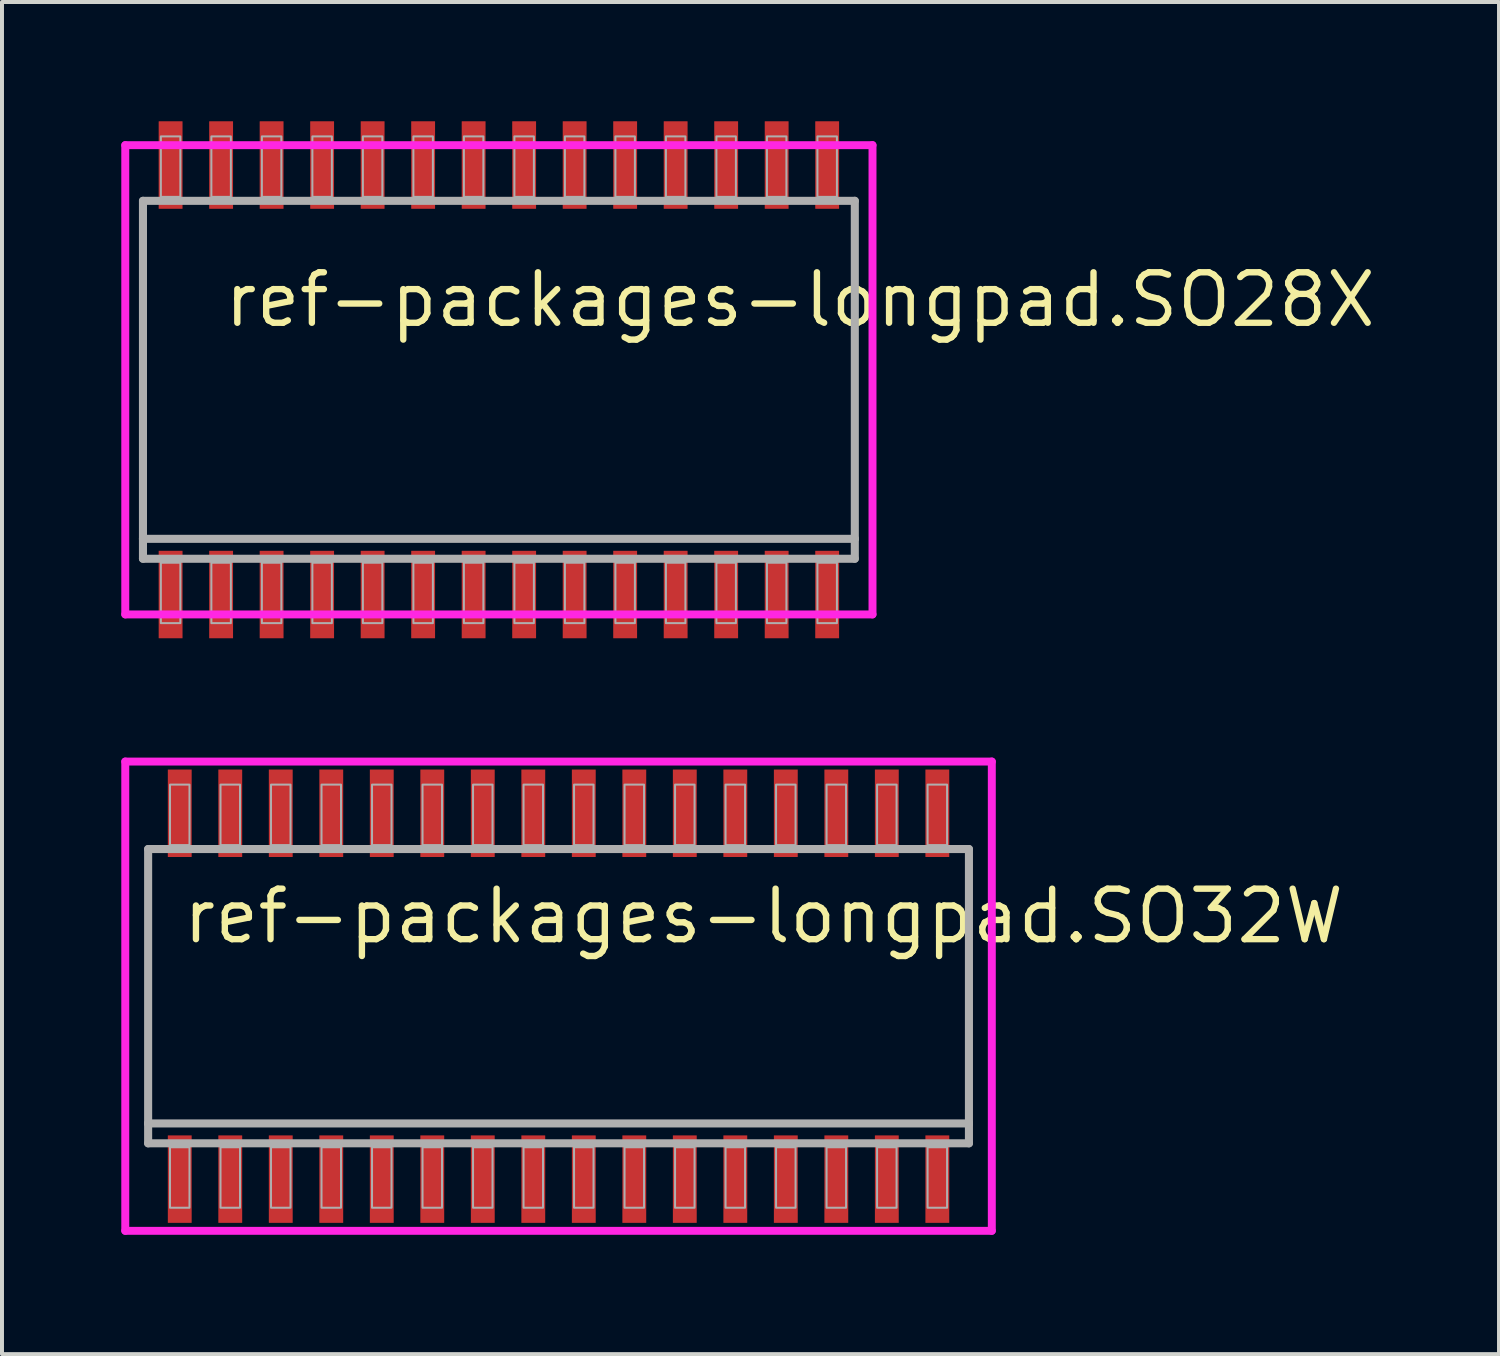
<source format=kicad_pcb>
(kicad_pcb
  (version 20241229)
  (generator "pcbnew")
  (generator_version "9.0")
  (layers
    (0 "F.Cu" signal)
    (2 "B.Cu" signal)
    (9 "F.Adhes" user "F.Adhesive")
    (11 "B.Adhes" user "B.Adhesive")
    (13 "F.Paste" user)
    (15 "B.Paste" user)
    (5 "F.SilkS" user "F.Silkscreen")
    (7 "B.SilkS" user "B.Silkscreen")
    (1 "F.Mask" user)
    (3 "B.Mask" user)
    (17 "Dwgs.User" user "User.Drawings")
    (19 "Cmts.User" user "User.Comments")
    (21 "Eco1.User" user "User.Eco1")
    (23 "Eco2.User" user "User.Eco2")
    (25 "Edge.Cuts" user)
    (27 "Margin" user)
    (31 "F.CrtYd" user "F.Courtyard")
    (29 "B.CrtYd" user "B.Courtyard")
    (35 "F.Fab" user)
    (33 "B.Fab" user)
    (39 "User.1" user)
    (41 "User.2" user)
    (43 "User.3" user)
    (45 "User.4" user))
  (footprint "ref-packages-longpad.SO28X"
    (layer "F.Cu")
    (at 9.495 6.5)
    (property "Reference" "ref-packages-longpad.SO28X" (at -6.985 -1.27 0) (layer "F.SilkS") (effects (font (size 1.27 1.27) (thickness 0.16)) (justify left bottom)))
    (attr smd)
    (fp_line (start -9.395 -5.9) (end 9.395 -5.9) (stroke (width 0.2) (type default)) (layer "F.CrtYd"))
    (fp_line (start -9.395 5.9) (end -9.395 -5.9) (stroke (width 0.2) (type default)) (layer "F.CrtYd"))
    (fp_line (start 9.395 -5.9) (end 9.395 5.9) (stroke (width 0.2) (type default)) (layer "F.CrtYd"))
    (fp_line (start 9.395 5.9) (end -9.395 5.9) (stroke (width 0.2) (type default)) (layer "F.CrtYd"))
    (fp_line (start -8.95 -4.5) (end 8.95 -4.5) (stroke (width 0.203) (type default)) (layer "F.Fab"))
    (fp_line (start -8.95 4) (end -8.95 -4.5) (stroke (width 0.203) (type default)) (layer "F.Fab"))
    (fp_line (start -8.95 4.5) (end -8.95 4) (stroke (width 0.203) (type default)) (layer "F.Fab"))
    (fp_line (start 8.95 -4.5) (end 8.95 4) (stroke (width 0.203) (type default)) (layer "F.Fab"))
    (fp_line (start 8.95 4) (end -8.95 4) (stroke (width 0.203) (type default)) (layer "F.Fab"))
    (fp_line (start 8.95 4) (end 8.95 4.5) (stroke (width 0.203) (type default)) (layer "F.Fab"))
    (fp_line (start 8.95 4.5) (end -8.95 4.5) (stroke (width 0.203) (type default)) (layer "F.Fab"))
    (fp_rect (start -8.5 -4.6) (end -8.01 -6.12) (stroke (width 0.05) (type default)) (fill no) (layer "F.Fab"))
    (fp_rect (start -8.5 6.12) (end -8.01 4.6) (stroke (width 0.05) (type default)) (fill no) (layer "F.Fab"))
    (fp_rect (start -7.23 -4.6) (end -6.74 -6.12) (stroke (width 0.05) (type default)) (fill no) (layer "F.Fab"))
    (fp_rect (start -7.23 6.12) (end -6.74 4.6) (stroke (width 0.05) (type default)) (fill no) (layer "F.Fab"))
    (fp_rect (start -5.96 -4.6) (end -5.47 -6.12) (stroke (width 0.05) (type default)) (fill no) (layer "F.Fab"))
    (fp_rect (start -5.96 6.12) (end -5.47 4.6) (stroke (width 0.05) (type default)) (fill no) (layer "F.Fab"))
    (fp_rect (start -4.69 -4.6) (end -4.2 -6.12) (stroke (width 0.05) (type default)) (fill no) (layer "F.Fab"))
    (fp_rect (start -4.69 6.12) (end -4.2 4.6) (stroke (width 0.05) (type default)) (fill no) (layer "F.Fab"))
    (fp_rect (start -3.42 -4.6) (end -2.93 -6.12) (stroke (width 0.05) (type default)) (fill no) (layer "F.Fab"))
    (fp_rect (start -3.42 6.12) (end -2.93 4.6) (stroke (width 0.05) (type default)) (fill no) (layer "F.Fab"))
    (fp_rect (start -2.15 -4.6) (end -1.66 -6.12) (stroke (width 0.05) (type default)) (fill no) (layer "F.Fab"))
    (fp_rect (start -2.15 6.12) (end -1.66 4.6) (stroke (width 0.05) (type default)) (fill no) (layer "F.Fab"))
    (fp_rect (start -0.88 -4.6) (end -0.39 -6.12) (stroke (width 0.05) (type default)) (fill no) (layer "F.Fab"))
    (fp_rect (start -0.88 6.12) (end -0.39 4.6) (stroke (width 0.05) (type default)) (fill no) (layer "F.Fab"))
    (fp_rect (start 0.39 -4.6) (end 0.88 -6.12) (stroke (width 0.05) (type default)) (fill no) (layer "F.Fab"))
    (fp_rect (start 0.39 6.12) (end 0.88 4.6) (stroke (width 0.05) (type default)) (fill no) (layer "F.Fab"))
    (fp_rect (start 1.66 -4.6) (end 2.15 -6.12) (stroke (width 0.05) (type default)) (fill no) (layer "F.Fab"))
    (fp_rect (start 1.66 6.12) (end 2.15 4.6) (stroke (width 0.05) (type default)) (fill no) (layer "F.Fab"))
    (fp_rect (start 2.93 -4.6) (end 3.42 -6.12) (stroke (width 0.05) (type default)) (fill no) (layer "F.Fab"))
    (fp_rect (start 2.93 6.12) (end 3.42 4.6) (stroke (width 0.05) (type default)) (fill no) (layer "F.Fab"))
    (fp_rect (start 4.2 -4.6) (end 4.69 -6.12) (stroke (width 0.05) (type default)) (fill no) (layer "F.Fab"))
    (fp_rect (start 4.2 6.12) (end 4.69 4.6) (stroke (width 0.05) (type default)) (fill no) (layer "F.Fab"))
    (fp_rect (start 5.47 -4.6) (end 5.96 -6.12) (stroke (width 0.05) (type default)) (fill no) (layer "F.Fab"))
    (fp_rect (start 5.47 6.12) (end 5.96 4.6) (stroke (width 0.05) (type default)) (fill no) (layer "F.Fab"))
    (fp_rect (start 6.74 -4.6) (end 7.23 -6.12) (stroke (width 0.05) (type default)) (fill no) (layer "F.Fab"))
    (fp_rect (start 6.74 6.12) (end 7.23 4.6) (stroke (width 0.05) (type default)) (fill no) (layer "F.Fab"))
    (fp_rect (start 8.01 -4.6) (end 8.5 -6.12) (stroke (width 0.05) (type default)) (fill no) (layer "F.Fab"))
    (fp_rect (start 8.01 6.12) (end 8.5 4.6) (stroke (width 0.05) (type default)) (fill no) (layer "F.Fab"))
    (pad "1" smd roundrect (at -8.255 5.4) (size 0.6 2.2) (layers "F.Cu" "F.Mask" "F.Paste") (roundrect_rratio 0.01))
    (pad "2" smd roundrect (at -6.985 5.4) (size 0.6 2.2) (layers "F.Cu" "F.Mask" "F.Paste") (roundrect_rratio 0.01))
    (pad "3" smd roundrect (at -5.715 5.4) (size 0.6 2.2) (layers "F.Cu" "F.Mask" "F.Paste") (roundrect_rratio 0.01))
    (pad "4" smd roundrect (at -4.445 5.4) (size 0.6 2.2) (layers "F.Cu" "F.Mask" "F.Paste") (roundrect_rratio 0.01))
    (pad "5" smd roundrect (at -3.175 5.4) (size 0.6 2.2) (layers "F.Cu" "F.Mask" "F.Paste") (roundrect_rratio 0.01))
    (pad "6" smd roundrect (at -1.905 5.4) (size 0.6 2.2) (layers "F.Cu" "F.Mask" "F.Paste") (roundrect_rratio 0.01))
    (pad "7" smd roundrect (at -0.635 5.4) (size 0.6 2.2) (layers "F.Cu" "F.Mask" "F.Paste") (roundrect_rratio 0.01))
    (pad "8" smd roundrect (at 0.635 5.4) (size 0.6 2.2) (layers "F.Cu" "F.Mask" "F.Paste") (roundrect_rratio 0.01))
    (pad "9" smd roundrect (at 1.905 5.4) (size 0.6 2.2) (layers "F.Cu" "F.Mask" "F.Paste") (roundrect_rratio 0.01))
    (pad "10" smd roundrect (at 3.175 5.4) (size 0.6 2.2) (layers "F.Cu" "F.Mask" "F.Paste") (roundrect_rratio 0.01))
    (pad "11" smd roundrect (at 4.445 5.4) (size 0.6 2.2) (layers "F.Cu" "F.Mask" "F.Paste") (roundrect_rratio 0.01))
    (pad "12" smd roundrect (at 5.715 5.4) (size 0.6 2.2) (layers "F.Cu" "F.Mask" "F.Paste") (roundrect_rratio 0.01))
    (pad "13" smd roundrect (at 6.985 5.4) (size 0.6 2.2) (layers "F.Cu" "F.Mask" "F.Paste") (roundrect_rratio 0.01))
    (pad "14" smd roundrect (at 8.255 5.4) (size 0.6 2.2) (layers "F.Cu" "F.Mask" "F.Paste") (roundrect_rratio 0.01))
    (pad "15" smd roundrect (at 8.255 -5.4) (size 0.6 2.2) (layers "F.Cu" "F.Mask" "F.Paste") (roundrect_rratio 0.01))
    (pad "16" smd roundrect (at 6.985 -5.4) (size 0.6 2.2) (layers "F.Cu" "F.Mask" "F.Paste") (roundrect_rratio 0.01))
    (pad "17" smd roundrect (at 5.715 -5.4) (size 0.6 2.2) (layers "F.Cu" "F.Mask" "F.Paste") (roundrect_rratio 0.01))
    (pad "18" smd roundrect (at 4.445 -5.4) (size 0.6 2.2) (layers "F.Cu" "F.Mask" "F.Paste") (roundrect_rratio 0.01))
    (pad "19" smd roundrect (at 3.175 -5.4) (size 0.6 2.2) (layers "F.Cu" "F.Mask" "F.Paste") (roundrect_rratio 0.01))
    (pad "20" smd roundrect (at 1.905 -5.4) (size 0.6 2.2) (layers "F.Cu" "F.Mask" "F.Paste") (roundrect_rratio 0.01))
    (pad "21" smd roundrect (at 0.635 -5.4) (size 0.6 2.2) (layers "F.Cu" "F.Mask" "F.Paste") (roundrect_rratio 0.01))
    (pad "22" smd roundrect (at -0.635 -5.4) (size 0.6 2.2) (layers "F.Cu" "F.Mask" "F.Paste") (roundrect_rratio 0.01))
    (pad "23" smd roundrect (at -1.905 -5.4) (size 0.6 2.2) (layers "F.Cu" "F.Mask" "F.Paste") (roundrect_rratio 0.01))
    (pad "24" smd roundrect (at -3.175 -5.4) (size 0.6 2.2) (layers "F.Cu" "F.Mask" "F.Paste") (roundrect_rratio 0.01))
    (pad "25" smd roundrect (at -4.445 -5.4) (size 0.6 2.2) (layers "F.Cu" "F.Mask" "F.Paste") (roundrect_rratio 0.01))
    (pad "26" smd roundrect (at -5.715 -5.4) (size 0.6 2.2) (layers "F.Cu" "F.Mask" "F.Paste") (roundrect_rratio 0.01))
    (pad "27" smd roundrect (at -6.985 -5.4) (size 0.6 2.2) (layers "F.Cu" "F.Mask" "F.Paste") (roundrect_rratio 0.01))
    (pad "28" smd roundrect (at -8.255 -5.4) (size 0.6 2.2) (layers "F.Cu" "F.Mask" "F.Paste") (roundrect_rratio 0.01)))
  (footprint "ref-packages-longpad.SO32W"
    (layer "F.Cu")
    (at 10.995 22)
    (property "Reference" "ref-packages-longpad.SO32W" (at -9.525 -1.27 0) (layer "F.SilkS") (effects (font (size 1.27 1.27) (thickness 0.16)) (justify left bottom)))
    (attr smd)
    (fp_line (start -10.895 -5.9) (end 10.895 -5.9) (stroke (width 0.2) (type default)) (layer "F.CrtYd"))
    (fp_line (start -10.895 5.9) (end -10.895 -5.9) (stroke (width 0.2) (type default)) (layer "F.CrtYd"))
    (fp_line (start 10.895 -5.9) (end 10.895 5.9) (stroke (width 0.2) (type default)) (layer "F.CrtYd"))
    (fp_line (start 10.895 5.9) (end -10.895 5.9) (stroke (width 0.2) (type default)) (layer "F.CrtYd"))
    (fp_line (start -10.32 -3.7) (end 10.32 -3.7) (stroke (width 0.203) (type default)) (layer "F.Fab"))
    (fp_line (start -10.32 3.2) (end -10.32 -3.7) (stroke (width 0.203) (type default)) (layer "F.Fab"))
    (fp_line (start -10.32 3.7) (end -10.32 3.2) (stroke (width 0.203) (type default)) (layer "F.Fab"))
    (fp_line (start 10.32 -3.7) (end 10.32 3.2) (stroke (width 0.203) (type default)) (layer "F.Fab"))
    (fp_line (start 10.32 3.2) (end -10.32 3.2) (stroke (width 0.203) (type default)) (layer "F.Fab"))
    (fp_line (start 10.32 3.2) (end 10.32 3.7) (stroke (width 0.203) (type default)) (layer "F.Fab"))
    (fp_line (start 10.32 3.7) (end -10.32 3.7) (stroke (width 0.203) (type default)) (layer "F.Fab"))
    (fp_rect (start -9.77 -3.8) (end -9.28 -5.32) (stroke (width 0.05) (type default)) (fill no) (layer "F.Fab"))
    (fp_rect (start -9.77 5.32) (end -9.28 3.8) (stroke (width 0.05) (type default)) (fill no) (layer "F.Fab"))
    (fp_rect (start -8.5 -3.8) (end -8.01 -5.32) (stroke (width 0.05) (type default)) (fill no) (layer "F.Fab"))
    (fp_rect (start -8.5 5.32) (end -8.01 3.8) (stroke (width 0.05) (type default)) (fill no) (layer "F.Fab"))
    (fp_rect (start -7.23 -3.8) (end -6.74 -5.32) (stroke (width 0.05) (type default)) (fill no) (layer "F.Fab"))
    (fp_rect (start -7.23 5.32) (end -6.74 3.8) (stroke (width 0.05) (type default)) (fill no) (layer "F.Fab"))
    (fp_rect (start -5.96 -3.8) (end -5.47 -5.32) (stroke (width 0.05) (type default)) (fill no) (layer "F.Fab"))
    (fp_rect (start -5.96 5.32) (end -5.47 3.8) (stroke (width 0.05) (type default)) (fill no) (layer "F.Fab"))
    (fp_rect (start -4.69 -3.8) (end -4.2 -5.32) (stroke (width 0.05) (type default)) (fill no) (layer "F.Fab"))
    (fp_rect (start -4.69 5.32) (end -4.2 3.8) (stroke (width 0.05) (type default)) (fill no) (layer "F.Fab"))
    (fp_rect (start -3.42 -3.8) (end -2.93 -5.32) (stroke (width 0.05) (type default)) (fill no) (layer "F.Fab"))
    (fp_rect (start -3.42 5.32) (end -2.93 3.8) (stroke (width 0.05) (type default)) (fill no) (layer "F.Fab"))
    (fp_rect (start -2.15 -3.8) (end -1.66 -5.32) (stroke (width 0.05) (type default)) (fill no) (layer "F.Fab"))
    (fp_rect (start -2.15 5.32) (end -1.66 3.8) (stroke (width 0.05) (type default)) (fill no) (layer "F.Fab"))
    (fp_rect (start -0.88 -3.8) (end -0.39 -5.32) (stroke (width 0.05) (type default)) (fill no) (layer "F.Fab"))
    (fp_rect (start -0.88 5.32) (end -0.39 3.8) (stroke (width 0.05) (type default)) (fill no) (layer "F.Fab"))
    (fp_rect (start 0.39 -3.8) (end 0.88 -5.32) (stroke (width 0.05) (type default)) (fill no) (layer "F.Fab"))
    (fp_rect (start 0.39 5.32) (end 0.88 3.8) (stroke (width 0.05) (type default)) (fill no) (layer "F.Fab"))
    (fp_rect (start 1.66 -3.8) (end 2.15 -5.32) (stroke (width 0.05) (type default)) (fill no) (layer "F.Fab"))
    (fp_rect (start 1.66 5.32) (end 2.15 3.8) (stroke (width 0.05) (type default)) (fill no) (layer "F.Fab"))
    (fp_rect (start 2.93 -3.8) (end 3.42 -5.32) (stroke (width 0.05) (type default)) (fill no) (layer "F.Fab"))
    (fp_rect (start 2.93 5.32) (end 3.42 3.8) (stroke (width 0.05) (type default)) (fill no) (layer "F.Fab"))
    (fp_rect (start 4.2 -3.8) (end 4.69 -5.32) (stroke (width 0.05) (type default)) (fill no) (layer "F.Fab"))
    (fp_rect (start 4.2 5.32) (end 4.69 3.8) (stroke (width 0.05) (type default)) (fill no) (layer "F.Fab"))
    (fp_rect (start 5.47 -3.8) (end 5.96 -5.32) (stroke (width 0.05) (type default)) (fill no) (layer "F.Fab"))
    (fp_rect (start 5.47 5.32) (end 5.96 3.8) (stroke (width 0.05) (type default)) (fill no) (layer "F.Fab"))
    (fp_rect (start 6.74 -3.8) (end 7.23 -5.32) (stroke (width 0.05) (type default)) (fill no) (layer "F.Fab"))
    (fp_rect (start 6.74 5.32) (end 7.23 3.8) (stroke (width 0.05) (type default)) (fill no) (layer "F.Fab"))
    (fp_rect (start 8.01 -3.8) (end 8.5 -5.32) (stroke (width 0.05) (type default)) (fill no) (layer "F.Fab"))
    (fp_rect (start 8.01 5.32) (end 8.5 3.8) (stroke (width 0.05) (type default)) (fill no) (layer "F.Fab"))
    (fp_rect (start 9.28 -3.8) (end 9.77 -5.32) (stroke (width 0.05) (type default)) (fill no) (layer "F.Fab"))
    (fp_rect (start 9.28 5.32) (end 9.77 3.8) (stroke (width 0.05) (type default)) (fill no) (layer "F.Fab"))
    (pad "1" smd roundrect (at -9.525 4.6) (size 0.6 2.2) (layers "F.Cu" "F.Mask" "F.Paste") (roundrect_rratio 0.01))
    (pad "2" smd roundrect (at -8.255 4.6) (size 0.6 2.2) (layers "F.Cu" "F.Mask" "F.Paste") (roundrect_rratio 0.01))
    (pad "3" smd roundrect (at -6.985 4.6) (size 0.6 2.2) (layers "F.Cu" "F.Mask" "F.Paste") (roundrect_rratio 0.01))
    (pad "4" smd roundrect (at -5.715 4.6) (size 0.6 2.2) (layers "F.Cu" "F.Mask" "F.Paste") (roundrect_rratio 0.01))
    (pad "5" smd roundrect (at -4.445 4.6) (size 0.6 2.2) (layers "F.Cu" "F.Mask" "F.Paste") (roundrect_rratio 0.01))
    (pad "6" smd roundrect (at -3.175 4.6) (size 0.6 2.2) (layers "F.Cu" "F.Mask" "F.Paste") (roundrect_rratio 0.01))
    (pad "7" smd roundrect (at -1.905 4.6) (size 0.6 2.2) (layers "F.Cu" "F.Mask" "F.Paste") (roundrect_rratio 0.01))
    (pad "8" smd roundrect (at -0.635 4.6) (size 0.6 2.2) (layers "F.Cu" "F.Mask" "F.Paste") (roundrect_rratio 0.01))
    (pad "9" smd roundrect (at 0.635 4.6) (size 0.6 2.2) (layers "F.Cu" "F.Mask" "F.Paste") (roundrect_rratio 0.01))
    (pad "10" smd roundrect (at 1.905 4.6) (size 0.6 2.2) (layers "F.Cu" "F.Mask" "F.Paste") (roundrect_rratio 0.01))
    (pad "11" smd roundrect (at 3.175 4.6) (size 0.6 2.2) (layers "F.Cu" "F.Mask" "F.Paste") (roundrect_rratio 0.01))
    (pad "12" smd roundrect (at 4.445 4.6) (size 0.6 2.2) (layers "F.Cu" "F.Mask" "F.Paste") (roundrect_rratio 0.01))
    (pad "13" smd roundrect (at 5.715 4.6) (size 0.6 2.2) (layers "F.Cu" "F.Mask" "F.Paste") (roundrect_rratio 0.01))
    (pad "14" smd roundrect (at 6.985 4.6) (size 0.6 2.2) (layers "F.Cu" "F.Mask" "F.Paste") (roundrect_rratio 0.01))
    (pad "15" smd roundrect (at 8.255 4.6) (size 0.6 2.2) (layers "F.Cu" "F.Mask" "F.Paste") (roundrect_rratio 0.01))
    (pad "16" smd roundrect (at 9.525 4.6) (size 0.6 2.2) (layers "F.Cu" "F.Mask" "F.Paste") (roundrect_rratio 0.01))
    (pad "17" smd roundrect (at 9.525 -4.6) (size 0.6 2.2) (layers "F.Cu" "F.Mask" "F.Paste") (roundrect_rratio 0.01))
    (pad "18" smd roundrect (at 8.255 -4.6) (size 0.6 2.2) (layers "F.Cu" "F.Mask" "F.Paste") (roundrect_rratio 0.01))
    (pad "19" smd roundrect (at 6.985 -4.6) (size 0.6 2.2) (layers "F.Cu" "F.Mask" "F.Paste") (roundrect_rratio 0.01))
    (pad "20" smd roundrect (at 5.715 -4.6) (size 0.6 2.2) (layers "F.Cu" "F.Mask" "F.Paste") (roundrect_rratio 0.01))
    (pad "21" smd roundrect (at 4.445 -4.6) (size 0.6 2.2) (layers "F.Cu" "F.Mask" "F.Paste") (roundrect_rratio 0.01))
    (pad "22" smd roundrect (at 3.175 -4.6) (size 0.6 2.2) (layers "F.Cu" "F.Mask" "F.Paste") (roundrect_rratio 0.01))
    (pad "23" smd roundrect (at 1.905 -4.6) (size 0.6 2.2) (layers "F.Cu" "F.Mask" "F.Paste") (roundrect_rratio 0.01))
    (pad "24" smd roundrect (at 0.635 -4.6) (size 0.6 2.2) (layers "F.Cu" "F.Mask" "F.Paste") (roundrect_rratio 0.01))
    (pad "25" smd roundrect (at -0.635 -4.6) (size 0.6 2.2) (layers "F.Cu" "F.Mask" "F.Paste") (roundrect_rratio 0.01))
    (pad "26" smd roundrect (at -1.905 -4.6) (size 0.6 2.2) (layers "F.Cu" "F.Mask" "F.Paste") (roundrect_rratio 0.01))
    (pad "27" smd roundrect (at -3.175 -4.6) (size 0.6 2.2) (layers "F.Cu" "F.Mask" "F.Paste") (roundrect_rratio 0.01))
    (pad "28" smd roundrect (at -4.445 -4.6) (size 0.6 2.2) (layers "F.Cu" "F.Mask" "F.Paste") (roundrect_rratio 0.01))
    (pad "29" smd roundrect (at -5.715 -4.6) (size 0.6 2.2) (layers "F.Cu" "F.Mask" "F.Paste") (roundrect_rratio 0.01))
    (pad "30" smd roundrect (at -6.985 -4.6) (size 0.6 2.2) (layers "F.Cu" "F.Mask" "F.Paste") (roundrect_rratio 0.01))
    (pad "31" smd roundrect (at -8.255 -4.6) (size 0.6 2.2) (layers "F.Cu" "F.Mask" "F.Paste") (roundrect_rratio 0.01))
    (pad "32" smd roundrect (at -9.525 -4.6) (size 0.6 2.2) (layers "F.Cu" "F.Mask" "F.Paste") (roundrect_rratio 0.01)))
  (gr_rect
    (start -3 -3)
    (end 34.644 31)
    (stroke (width 0.1) (type default))
    (fill no)
    (layer "Edge.Cuts")))
</source>
